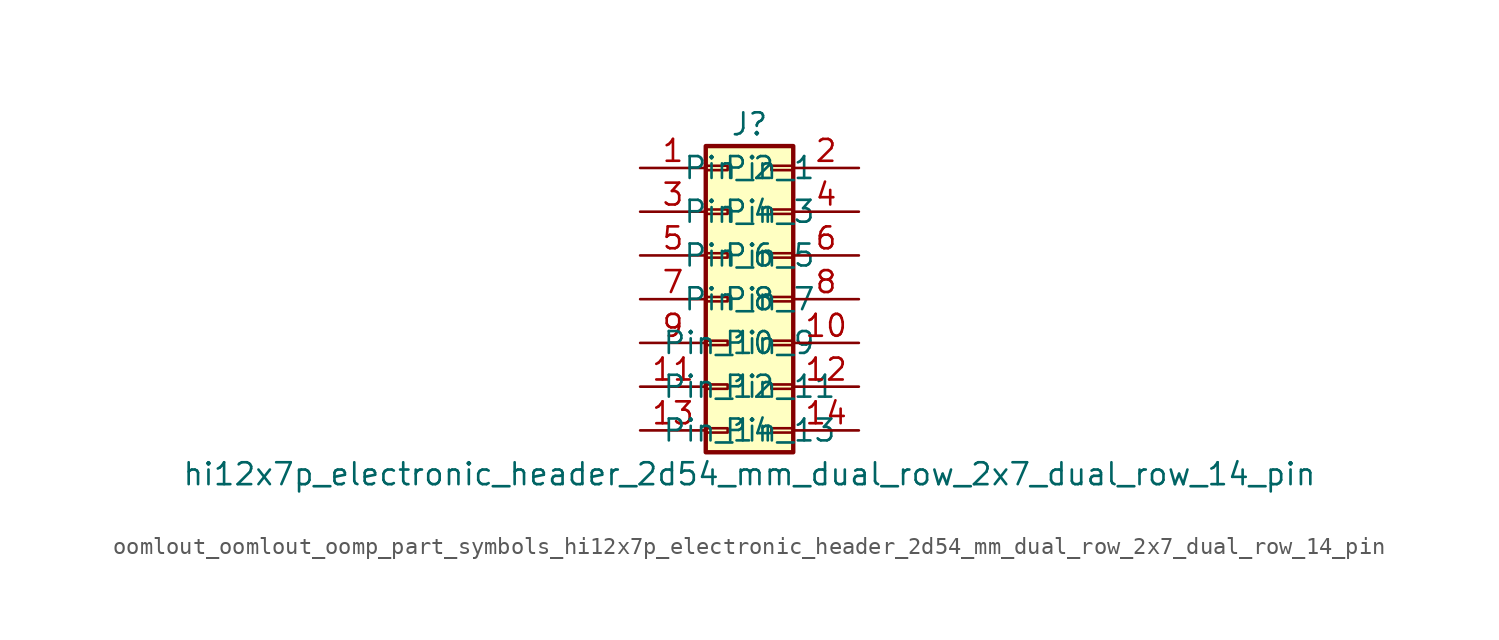
<source format=kicad_sym>
(kicad_symbol_lib
  (version 20220914)
  (generator kicad_symbol_editor)
  (symbol "oomlout_oomlout_oomp_part_symbols_hi12x7p_electronic_header_2d54_mm_dual_row_2x7_dual_row_14_pin"
    (pin_names
      (offset 1.016))
    (property "Reference" "J"
      (at 1.27 10.16 0)
      (effects (font (size 1.27 1.27))))
    (property "Value" "hi12x7p_electronic_header_2d54_mm_dual_row_2x7_dual_row_14_pin"
      (at 1.27 -10.16 0)
      (effects (font (size 1.27 1.27))))
    (symbol "oomlout_oomlout_oomp_part_symbols_hi12x7p_electronic_header_2d54_mm_dual_row_2x7_dual_row_14_pin_1_1"
      (rectangle (start -1.27 -7.493) (end 0 -7.747) (stroke (width 0.152) (type default)) (fill (type none)))
      (rectangle (start -1.27 -4.953) (end 0 -5.207) (stroke (width 0.152) (type default)) (fill (type none)))
      (rectangle (start -1.27 -2.413) (end 0 -2.667) (stroke (width 0.152) (type default)) (fill (type none)))
      (rectangle (start -1.27 0.127) (end 0 -0.127) (stroke (width 0.152) (type default)) (fill (type none)))
      (rectangle (start -1.27 2.667) (end 0 2.413) (stroke (width 0.152) (type default)) (fill (type none)))
      (rectangle (start -1.27 5.207) (end 0 4.953) (stroke (width 0.152) (type default)) (fill (type none)))
      (rectangle (start -1.27 7.747) (end 0 7.493) (stroke (width 0.152) (type default)) (fill (type none)))
      (rectangle (start -1.27 8.89) (end 3.81 -8.89) (stroke (width 0.254) (type default)) (fill (type background)))
      (rectangle (start 3.81 -7.493) (end 2.54 -7.747) (stroke (width 0.152) (type default)) (fill (type none)))
      (rectangle (start 3.81 -4.953) (end 2.54 -5.207) (stroke (width 0.152) (type default)) (fill (type none)))
      (rectangle (start 3.81 -2.413) (end 2.54 -2.667) (stroke (width 0.152) (type default)) (fill (type none)))
      (rectangle (start 3.81 0.127) (end 2.54 -0.127) (stroke (width 0.152) (type default)) (fill (type none)))
      (rectangle (start 3.81 2.667) (end 2.54 2.413) (stroke (width 0.152) (type default)) (fill (type none)))
      (rectangle (start 3.81 5.207) (end 2.54 4.953) (stroke (width 0.152) (type default)) (fill (type none)))
      (rectangle (start 3.81 7.747) (end 2.54 7.493) (stroke (width 0.152) (type default)) (fill (type none)))
      (pin passive line (at -5.08 7.62 0) (length 3.81) (name "Pin_1" (effects (font (size 1.27 1.27)))) (number "1" (effects (font (size 1.27 1.27)))))
      (pin passive line (at 7.62 -2.54 180) (length 3.81) (name "Pin_10" (effects (font (size 1.27 1.27)))) (number "10" (effects (font (size 1.27 1.27)))))
      (pin passive line (at -5.08 -5.08 0) (length 3.81) (name "Pin_11" (effects (font (size 1.27 1.27)))) (number "11" (effects (font (size 1.27 1.27)))))
      (pin passive line (at 7.62 -5.08 180) (length 3.81) (name "Pin_12" (effects (font (size 1.27 1.27)))) (number "12" (effects (font (size 1.27 1.27)))))
      (pin passive line (at -5.08 -7.62 0) (length 3.81) (name "Pin_13" (effects (font (size 1.27 1.27)))) (number "13" (effects (font (size 1.27 1.27)))))
      (pin passive line (at 7.62 -7.62 180) (length 3.81) (name "Pin_14" (effects (font (size 1.27 1.27)))) (number "14" (effects (font (size 1.27 1.27)))))
      (pin passive line (at 7.62 7.62 180) (length 3.81) (name "Pin_2" (effects (font (size 1.27 1.27)))) (number "2" (effects (font (size 1.27 1.27)))))
      (pin passive line (at -5.08 5.08 0) (length 3.81) (name "Pin_3" (effects (font (size 1.27 1.27)))) (number "3" (effects (font (size 1.27 1.27)))))
      (pin passive line (at 7.62 5.08 180) (length 3.81) (name "Pin_4" (effects (font (size 1.27 1.27)))) (number "4" (effects (font (size 1.27 1.27)))))
      (pin passive line (at -5.08 2.54 0) (length 3.81) (name "Pin_5" (effects (font (size 1.27 1.27)))) (number "5" (effects (font (size 1.27 1.27)))))
      (pin passive line (at 7.62 2.54 180) (length 3.81) (name "Pin_6" (effects (font (size 1.27 1.27)))) (number "6" (effects (font (size 1.27 1.27)))))
      (pin passive line (at -5.08 0 0) (length 3.81) (name "Pin_7" (effects (font (size 1.27 1.27)))) (number "7" (effects (font (size 1.27 1.27)))))
      (pin passive line (at 7.62 0 180) (length 3.81) (name "Pin_8" (effects (font (size 1.27 1.27)))) (number "8" (effects (font (size 1.27 1.27)))))
      (pin passive line (at -5.08 -2.54 0) (length 3.81) (name "Pin_9" (effects (font (size 1.27 1.27)))) (number "9" (effects (font (size 1.27 1.27))))))))
</source>
